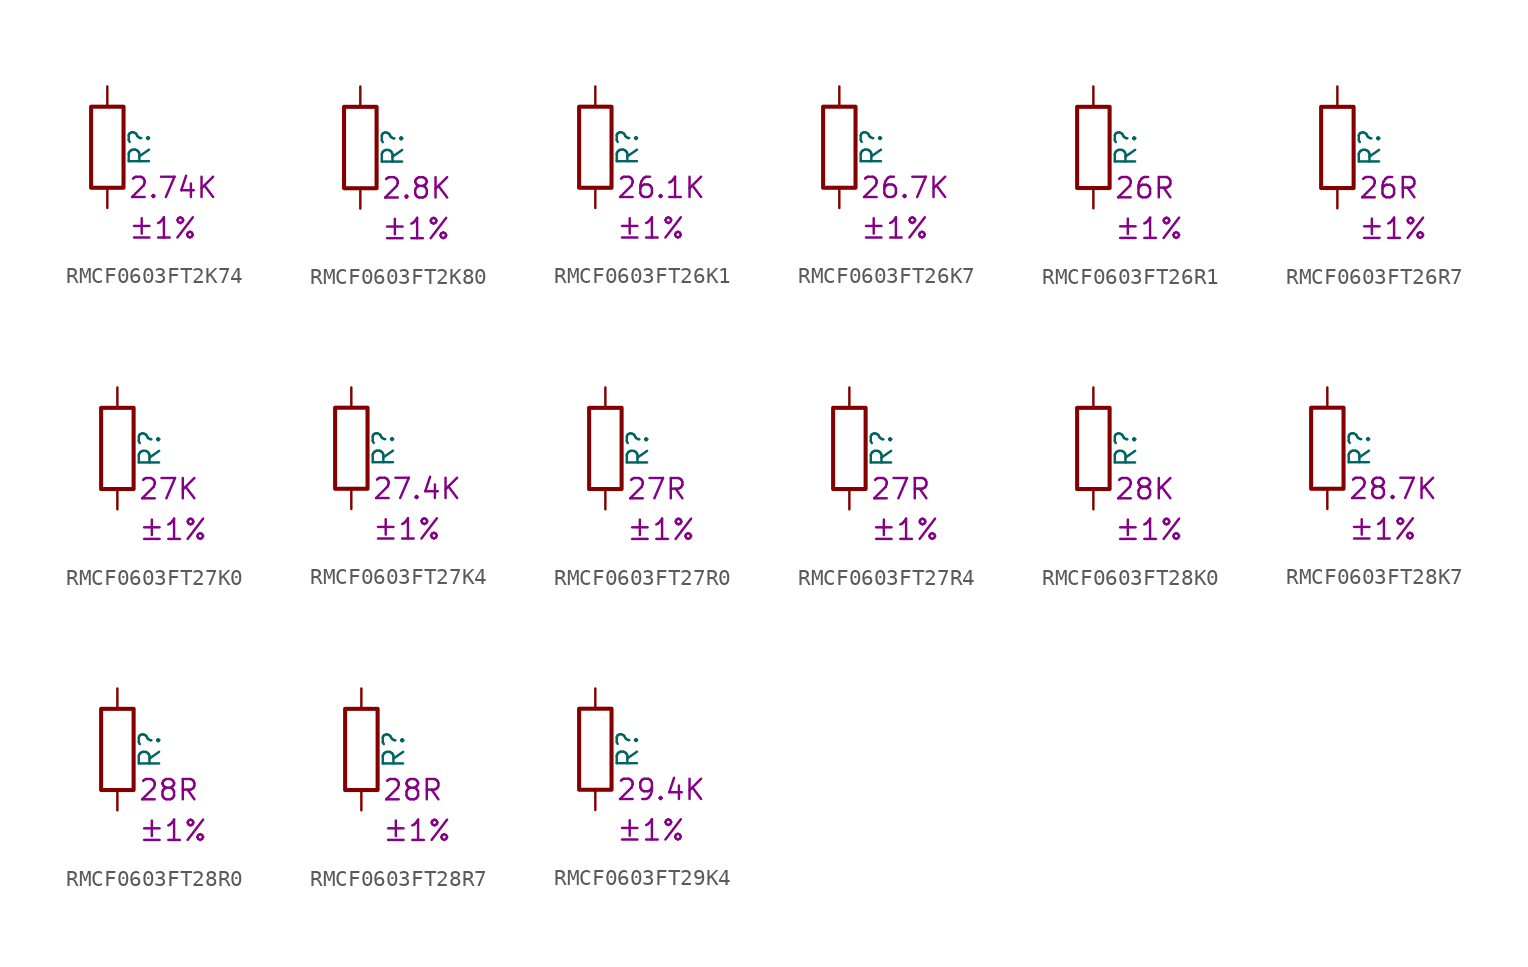
<source format=kicad_sym>
(kicad_symbol_lib
  (version 20220914)
  (generator kicad_symbol_editor)
  (symbol "RMCF0603FT2K74"
    (pin_numbers hide)
    (pin_names
      (offset 0))
    (property "Reference" "R"
      (at 2.032 0 90)
      (effects (font (size 1.27 1.27))))
    (property "Resistance" "2.74K"
      (at 1.27 -2.54 0)
      (effects (font (size 1.27 1.27)) (justify left)))
    (property "Tolerance" "±1%"
      (at 1.27 -5.08 0)
      (effects (font (size 1.27 1.27)) (justify left)))
    (symbol "RMCF0603FT2K74_0_1"
      (rectangle (start -1.016 -2.54) (end 1.016 2.54) (stroke (width 0.254) (type default)) (fill (type none))))
    (symbol "RMCF0603FT2K74_1_1"
      (pin passive line (at 0 3.81 270) (length 1.27) (name "~" (effects (font (size 1.27 1.27)))) (number "1" (effects (font (size 1.27 1.27)))))
      (pin passive line (at 0 -3.81 90) (length 1.27) (name "~" (effects (font (size 1.27 1.27)))) (number "2" (effects (font (size 1.27 1.27)))))))
  (symbol "RMCF0603FT2K80"
    (pin_numbers hide)
    (pin_names
      (offset 0))
    (property "Reference" "R"
      (at 2.032 0 90)
      (effects (font (size 1.27 1.27))))
    (property "Resistance" "2.8K"
      (at 1.27 -2.54 0)
      (effects (font (size 1.27 1.27)) (justify left)))
    (property "Tolerance" "±1%"
      (at 1.27 -5.08 0)
      (effects (font (size 1.27 1.27)) (justify left)))
    (symbol "RMCF0603FT2K80_0_1"
      (rectangle (start -1.016 -2.54) (end 1.016 2.54) (stroke (width 0.254) (type default)) (fill (type none))))
    (symbol "RMCF0603FT2K80_1_1"
      (pin passive line (at 0 3.81 270) (length 1.27) (name "~" (effects (font (size 1.27 1.27)))) (number "1" (effects (font (size 1.27 1.27)))))
      (pin passive line (at 0 -3.81 90) (length 1.27) (name "~" (effects (font (size 1.27 1.27)))) (number "2" (effects (font (size 1.27 1.27)))))))
  (symbol "RMCF0603FT26K1"
    (pin_numbers hide)
    (pin_names
      (offset 0))
    (property "Reference" "R"
      (at 2.032 0 90)
      (effects (font (size 1.27 1.27))))
    (property "Resistance" "26.1K"
      (at 1.27 -2.54 0)
      (effects (font (size 1.27 1.27)) (justify left)))
    (property "Tolerance" "±1%"
      (at 1.27 -5.08 0)
      (effects (font (size 1.27 1.27)) (justify left)))
    (symbol "RMCF0603FT26K1_0_1"
      (rectangle (start -1.016 -2.54) (end 1.016 2.54) (stroke (width 0.254) (type default)) (fill (type none))))
    (symbol "RMCF0603FT26K1_1_1"
      (pin passive line (at 0 3.81 270) (length 1.27) (name "~" (effects (font (size 1.27 1.27)))) (number "1" (effects (font (size 1.27 1.27)))))
      (pin passive line (at 0 -3.81 90) (length 1.27) (name "~" (effects (font (size 1.27 1.27)))) (number "2" (effects (font (size 1.27 1.27)))))))
  (symbol "RMCF0603FT26K7"
    (pin_numbers hide)
    (pin_names
      (offset 0))
    (property "Reference" "R"
      (at 2.032 0 90)
      (effects (font (size 1.27 1.27))))
    (property "Resistance" "26.7K"
      (at 1.27 -2.54 0)
      (effects (font (size 1.27 1.27)) (justify left)))
    (property "Tolerance" "±1%"
      (at 1.27 -5.08 0)
      (effects (font (size 1.27 1.27)) (justify left)))
    (symbol "RMCF0603FT26K7_0_1"
      (rectangle (start -1.016 -2.54) (end 1.016 2.54) (stroke (width 0.254) (type default)) (fill (type none))))
    (symbol "RMCF0603FT26K7_1_1"
      (pin passive line (at 0 3.81 270) (length 1.27) (name "~" (effects (font (size 1.27 1.27)))) (number "1" (effects (font (size 1.27 1.27)))))
      (pin passive line (at 0 -3.81 90) (length 1.27) (name "~" (effects (font (size 1.27 1.27)))) (number "2" (effects (font (size 1.27 1.27)))))))
  (symbol "RMCF0603FT26R1"
    (pin_numbers hide)
    (pin_names
      (offset 0))
    (property "Reference" "R"
      (at 2.032 0 90)
      (effects (font (size 1.27 1.27))))
    (property "Resistance" "26R"
      (at 1.27 -2.54 0)
      (effects (font (size 1.27 1.27)) (justify left)))
    (property "Tolerance" "±1%"
      (at 1.27 -5.08 0)
      (effects (font (size 1.27 1.27)) (justify left)))
    (symbol "RMCF0603FT26R1_0_1"
      (rectangle (start -1.016 -2.54) (end 1.016 2.54) (stroke (width 0.254) (type default)) (fill (type none))))
    (symbol "RMCF0603FT26R1_1_1"
      (pin passive line (at 0 3.81 270) (length 1.27) (name "~" (effects (font (size 1.27 1.27)))) (number "1" (effects (font (size 1.27 1.27)))))
      (pin passive line (at 0 -3.81 90) (length 1.27) (name "~" (effects (font (size 1.27 1.27)))) (number "2" (effects (font (size 1.27 1.27)))))))
  (symbol "RMCF0603FT26R7"
    (pin_numbers hide)
    (pin_names
      (offset 0))
    (property "Reference" "R"
      (at 2.032 0 90)
      (effects (font (size 1.27 1.27))))
    (property "Resistance" "26R"
      (at 1.27 -2.54 0)
      (effects (font (size 1.27 1.27)) (justify left)))
    (property "Tolerance" "±1%"
      (at 1.27 -5.08 0)
      (effects (font (size 1.27 1.27)) (justify left)))
    (symbol "RMCF0603FT26R7_0_1"
      (rectangle (start -1.016 -2.54) (end 1.016 2.54) (stroke (width 0.254) (type default)) (fill (type none))))
    (symbol "RMCF0603FT26R7_1_1"
      (pin passive line (at 0 3.81 270) (length 1.27) (name "~" (effects (font (size 1.27 1.27)))) (number "1" (effects (font (size 1.27 1.27)))))
      (pin passive line (at 0 -3.81 90) (length 1.27) (name "~" (effects (font (size 1.27 1.27)))) (number "2" (effects (font (size 1.27 1.27)))))))
  (symbol "RMCF0603FT27K0"
    (pin_numbers hide)
    (pin_names
      (offset 0))
    (property "Reference" "R"
      (at 2.032 0 90)
      (effects (font (size 1.27 1.27))))
    (property "Resistance" "27K"
      (at 1.27 -2.54 0)
      (effects (font (size 1.27 1.27)) (justify left)))
    (property "Tolerance" "±1%"
      (at 1.27 -5.08 0)
      (effects (font (size 1.27 1.27)) (justify left)))
    (symbol "RMCF0603FT27K0_0_1"
      (rectangle (start -1.016 -2.54) (end 1.016 2.54) (stroke (width 0.254) (type default)) (fill (type none))))
    (symbol "RMCF0603FT27K0_1_1"
      (pin passive line (at 0 3.81 270) (length 1.27) (name "~" (effects (font (size 1.27 1.27)))) (number "1" (effects (font (size 1.27 1.27)))))
      (pin passive line (at 0 -3.81 90) (length 1.27) (name "~" (effects (font (size 1.27 1.27)))) (number "2" (effects (font (size 1.27 1.27)))))))
  (symbol "RMCF0603FT27K4"
    (pin_numbers hide)
    (pin_names
      (offset 0))
    (property "Reference" "R"
      (at 2.032 0 90)
      (effects (font (size 1.27 1.27))))
    (property "Resistance" "27.4K"
      (at 1.27 -2.54 0)
      (effects (font (size 1.27 1.27)) (justify left)))
    (property "Tolerance" "±1%"
      (at 1.27 -5.08 0)
      (effects (font (size 1.27 1.27)) (justify left)))
    (symbol "RMCF0603FT27K4_0_1"
      (rectangle (start -1.016 -2.54) (end 1.016 2.54) (stroke (width 0.254) (type default)) (fill (type none))))
    (symbol "RMCF0603FT27K4_1_1"
      (pin passive line (at 0 3.81 270) (length 1.27) (name "~" (effects (font (size 1.27 1.27)))) (number "1" (effects (font (size 1.27 1.27)))))
      (pin passive line (at 0 -3.81 90) (length 1.27) (name "~" (effects (font (size 1.27 1.27)))) (number "2" (effects (font (size 1.27 1.27)))))))
  (symbol "RMCF0603FT27R0"
    (pin_numbers hide)
    (pin_names
      (offset 0))
    (property "Reference" "R"
      (at 2.032 0 90)
      (effects (font (size 1.27 1.27))))
    (property "Resistance" "27R"
      (at 1.27 -2.54 0)
      (effects (font (size 1.27 1.27)) (justify left)))
    (property "Tolerance" "±1%"
      (at 1.27 -5.08 0)
      (effects (font (size 1.27 1.27)) (justify left)))
    (symbol "RMCF0603FT27R0_0_1"
      (rectangle (start -1.016 -2.54) (end 1.016 2.54) (stroke (width 0.254) (type default)) (fill (type none))))
    (symbol "RMCF0603FT27R0_1_1"
      (pin passive line (at 0 3.81 270) (length 1.27) (name "~" (effects (font (size 1.27 1.27)))) (number "1" (effects (font (size 1.27 1.27)))))
      (pin passive line (at 0 -3.81 90) (length 1.27) (name "~" (effects (font (size 1.27 1.27)))) (number "2" (effects (font (size 1.27 1.27)))))))
  (symbol "RMCF0603FT27R4"
    (pin_numbers hide)
    (pin_names
      (offset 0))
    (property "Reference" "R"
      (at 2.032 0 90)
      (effects (font (size 1.27 1.27))))
    (property "Resistance" "27R"
      (at 1.27 -2.54 0)
      (effects (font (size 1.27 1.27)) (justify left)))
    (property "Tolerance" "±1%"
      (at 1.27 -5.08 0)
      (effects (font (size 1.27 1.27)) (justify left)))
    (symbol "RMCF0603FT27R4_0_1"
      (rectangle (start -1.016 -2.54) (end 1.016 2.54) (stroke (width 0.254) (type default)) (fill (type none))))
    (symbol "RMCF0603FT27R4_1_1"
      (pin passive line (at 0 3.81 270) (length 1.27) (name "~" (effects (font (size 1.27 1.27)))) (number "1" (effects (font (size 1.27 1.27)))))
      (pin passive line (at 0 -3.81 90) (length 1.27) (name "~" (effects (font (size 1.27 1.27)))) (number "2" (effects (font (size 1.27 1.27)))))))
  (symbol "RMCF0603FT28K0"
    (pin_numbers hide)
    (pin_names
      (offset 0))
    (property "Reference" "R"
      (at 2.032 0 90)
      (effects (font (size 1.27 1.27))))
    (property "Resistance" "28K"
      (at 1.27 -2.54 0)
      (effects (font (size 1.27 1.27)) (justify left)))
    (property "Tolerance" "±1%"
      (at 1.27 -5.08 0)
      (effects (font (size 1.27 1.27)) (justify left)))
    (symbol "RMCF0603FT28K0_0_1"
      (rectangle (start -1.016 -2.54) (end 1.016 2.54) (stroke (width 0.254) (type default)) (fill (type none))))
    (symbol "RMCF0603FT28K0_1_1"
      (pin passive line (at 0 3.81 270) (length 1.27) (name "~" (effects (font (size 1.27 1.27)))) (number "1" (effects (font (size 1.27 1.27)))))
      (pin passive line (at 0 -3.81 90) (length 1.27) (name "~" (effects (font (size 1.27 1.27)))) (number "2" (effects (font (size 1.27 1.27)))))))
  (symbol "RMCF0603FT28K7"
    (pin_numbers hide)
    (pin_names
      (offset 0))
    (property "Reference" "R"
      (at 2.032 0 90)
      (effects (font (size 1.27 1.27))))
    (property "Resistance" "28.7K"
      (at 1.27 -2.54 0)
      (effects (font (size 1.27 1.27)) (justify left)))
    (property "Tolerance" "±1%"
      (at 1.27 -5.08 0)
      (effects (font (size 1.27 1.27)) (justify left)))
    (symbol "RMCF0603FT28K7_0_1"
      (rectangle (start -1.016 -2.54) (end 1.016 2.54) (stroke (width 0.254) (type default)) (fill (type none))))
    (symbol "RMCF0603FT28K7_1_1"
      (pin passive line (at 0 3.81 270) (length 1.27) (name "~" (effects (font (size 1.27 1.27)))) (number "1" (effects (font (size 1.27 1.27)))))
      (pin passive line (at 0 -3.81 90) (length 1.27) (name "~" (effects (font (size 1.27 1.27)))) (number "2" (effects (font (size 1.27 1.27)))))))
  (symbol "RMCF0603FT28R0"
    (pin_numbers hide)
    (pin_names
      (offset 0))
    (property "Reference" "R"
      (at 2.032 0 90)
      (effects (font (size 1.27 1.27))))
    (property "Resistance" "28R"
      (at 1.27 -2.54 0)
      (effects (font (size 1.27 1.27)) (justify left)))
    (property "Tolerance" "±1%"
      (at 1.27 -5.08 0)
      (effects (font (size 1.27 1.27)) (justify left)))
    (symbol "RMCF0603FT28R0_0_1"
      (rectangle (start -1.016 -2.54) (end 1.016 2.54) (stroke (width 0.254) (type default)) (fill (type none))))
    (symbol "RMCF0603FT28R0_1_1"
      (pin passive line (at 0 3.81 270) (length 1.27) (name "~" (effects (font (size 1.27 1.27)))) (number "1" (effects (font (size 1.27 1.27)))))
      (pin passive line (at 0 -3.81 90) (length 1.27) (name "~" (effects (font (size 1.27 1.27)))) (number "2" (effects (font (size 1.27 1.27)))))))
  (symbol "RMCF0603FT28R7"
    (pin_numbers hide)
    (pin_names
      (offset 0))
    (property "Reference" "R"
      (at 2.032 0 90)
      (effects (font (size 1.27 1.27))))
    (property "Resistance" "28R"
      (at 1.27 -2.54 0)
      (effects (font (size 1.27 1.27)) (justify left)))
    (property "Tolerance" "±1%"
      (at 1.27 -5.08 0)
      (effects (font (size 1.27 1.27)) (justify left)))
    (symbol "RMCF0603FT28R7_0_1"
      (rectangle (start -1.016 -2.54) (end 1.016 2.54) (stroke (width 0.254) (type default)) (fill (type none))))
    (symbol "RMCF0603FT28R7_1_1"
      (pin passive line (at 0 3.81 270) (length 1.27) (name "~" (effects (font (size 1.27 1.27)))) (number "1" (effects (font (size 1.27 1.27)))))
      (pin passive line (at 0 -3.81 90) (length 1.27) (name "~" (effects (font (size 1.27 1.27)))) (number "2" (effects (font (size 1.27 1.27)))))))
  (symbol "RMCF0603FT29K4"
    (pin_numbers hide)
    (pin_names
      (offset 0))
    (property "Reference" "R"
      (at 2.032 0 90)
      (effects (font (size 1.27 1.27))))
    (property "Resistance" "29.4K"
      (at 1.27 -2.54 0)
      (effects (font (size 1.27 1.27)) (justify left)))
    (property "Tolerance" "±1%"
      (at 1.27 -5.08 0)
      (effects (font (size 1.27 1.27)) (justify left)))
    (symbol "RMCF0603FT29K4_0_1"
      (rectangle (start -1.016 -2.54) (end 1.016 2.54) (stroke (width 0.254) (type default)) (fill (type none))))
    (symbol "RMCF0603FT29K4_1_1"
      (pin passive line (at 0 3.81 270) (length 1.27) (name "~" (effects (font (size 1.27 1.27)))) (number "1" (effects (font (size 1.27 1.27)))))
      (pin passive line (at 0 -3.81 90) (length 1.27) (name "~" (effects (font (size 1.27 1.27)))) (number "2" (effects (font (size 1.27 1.27))))))))
</source>
